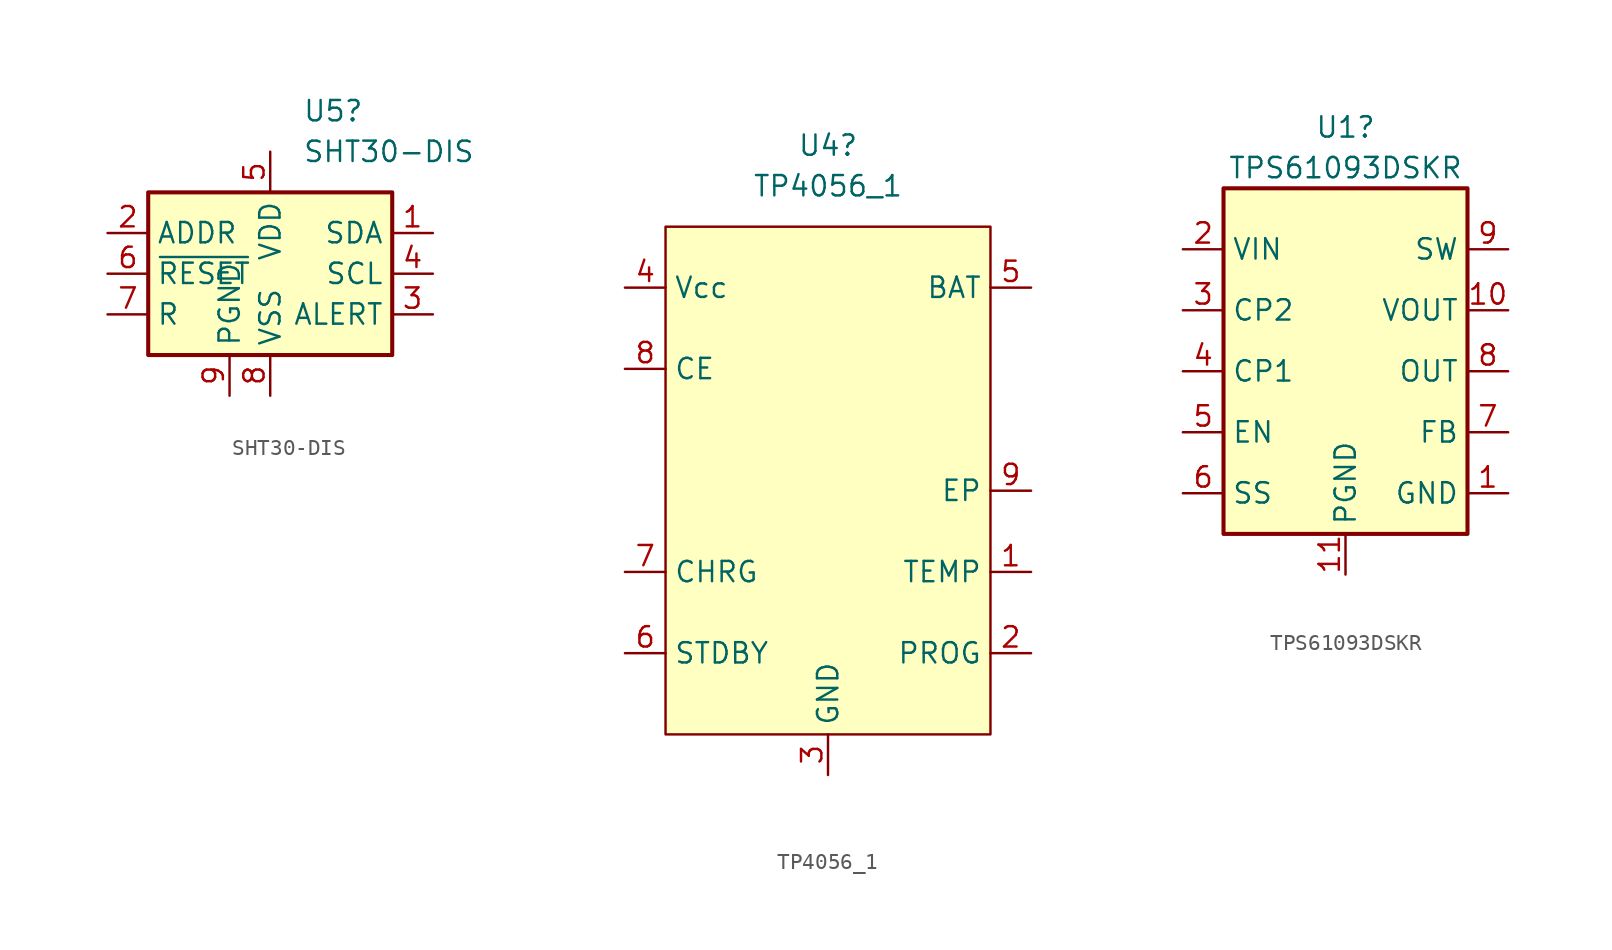
<source format=kicad_sym>
(kicad_symbol_lib
  (version 20211014)
  (generator kicad_symbol_editor)
  (symbol "SHT30-DIS"
    (property "Reference" "U5"
      (at 2.019 10.16 0)
      (effects (font (size 1.27 1.27)) (justify left)))
    (property "Value" "SHT30-DIS"
      (at 2.019 7.62 0)
      (effects (font (size 1.27 1.27)) (justify left)))
    (symbol "SHT30-DIS_0_1"
      (rectangle (start -7.62 5.08) (end 7.62 -5.08) (stroke (width 0.254) (type default) (color 0 0 0 0)) (fill (type background))))
    (symbol "SHT30-DIS_1_1"
      (pin bidirectional line (at 10.16 2.54 180) (length 2.54) (name "SDA" (effects (font (size 1.27 1.27)))) (number "1" (effects (font (size 1.27 1.27)))))
      (pin input line (at -10.16 2.54 0) (length 2.54) (name "ADDR" (effects (font (size 1.27 1.27)))) (number "2" (effects (font (size 1.27 1.27)))))
      (pin output line (at 10.16 -2.54 180) (length 2.54) (name "ALERT" (effects (font (size 1.27 1.27)))) (number "3" (effects (font (size 1.27 1.27)))))
      (pin input line (at 10.16 0 180) (length 2.54) (name "SCL" (effects (font (size 1.27 1.27)))) (number "4" (effects (font (size 1.27 1.27)))))
      (pin power_in line (at 0 7.62 270) (length 2.54) (name "VDD" (effects (font (size 1.27 1.27)))) (number "5" (effects (font (size 1.27 1.27)))))
      (pin input line (at -10.16 0 0) (length 2.54) (name "~{RESET}" (effects (font (size 1.27 1.27)))) (number "6" (effects (font (size 1.27 1.27)))))
      (pin passive line (at -10.16 -2.54 0) (length 2.54) (name "R" (effects (font (size 1.27 1.27)))) (number "7" (effects (font (size 1.27 1.27)))))
      (pin power_in line (at 0 -7.62 90) (length 2.54) (name "VSS" (effects (font (size 1.27 1.27)))) (number "8" (effects (font (size 1.27 1.27)))))
      (pin passive line (at -2.54 -7.62 90) (length 2.54) (name "PGND" (effects (font (size 1.27 1.27)))) (number "9" (effects (font (size 1.27 1.27)))))))
  (symbol "TP4056_1"
    (property "Reference" "U4"
      (at 0 11.43 0)
      (effects (font (size 1.27 1.27))))
    (property "Value" "TP4056_1"
      (at 0 8.89 0)
      (effects (font (size 1.27 1.27))))
    (symbol "TP4056_1_0_1"
      (rectangle (start -10.16 6.35) (end 10.16 -25.4) (stroke (width 0) (type default) (color 0 0 0 0)) (fill (type background))))
    (symbol "TP4056_1_1_1"
      (pin input line (at 12.7 -15.24 180) (length 2.54) (name "TEMP" (effects (font (size 1.27 1.27)))) (number "1" (effects (font (size 1.27 1.27)))))
      (pin input line (at 12.7 -20.32 180) (length 2.54) (name "PROG" (effects (font (size 1.27 1.27)))) (number "2" (effects (font (size 1.27 1.27)))))
      (pin input line (at 0 -27.94 90) (length 2.54) (name "GND" (effects (font (size 1.27 1.27)))) (number "3" (effects (font (size 1.27 1.27)))))
      (pin input line (at -12.7 2.54 0) (length 2.54) (name "Vcc" (effects (font (size 1.27 1.27)))) (number "4" (effects (font (size 1.27 1.27)))))
      (pin input line (at 12.7 2.54 180) (length 2.54) (name "BAT" (effects (font (size 1.27 1.27)))) (number "5" (effects (font (size 1.27 1.27)))))
      (pin input line (at -12.7 -20.32 0) (length 2.54) (name "STDBY" (effects (font (size 1.27 1.27)))) (number "6" (effects (font (size 1.27 1.27)))))
      (pin input line (at -12.7 -15.24 0) (length 2.54) (name "CHRG" (effects (font (size 1.27 1.27)))) (number "7" (effects (font (size 1.27 1.27)))))
      (pin input line (at -12.7 -2.54 0) (length 2.54) (name "CE" (effects (font (size 1.27 1.27)))) (number "8" (effects (font (size 1.27 1.27)))))
      (pin input line (at 12.7 -10.16 180) (length 2.54) (name "EP" (effects (font (size 1.27 1.27)))) (number "9" (effects (font (size 1.27 1.27)))))))
  (symbol "TPS61093DSKR"
    (property "Reference" "U1"
      (at 0 20.32 0)
      (effects (font (size 1.27 1.27))))
    (property "Value" "TPS61093DSKR"
      (at 0 17.78 0)
      (effects (font (size 1.27 1.27))))
    (symbol "TPS61093DSKR_0_1"
      (rectangle (start -7.62 16.51) (end 7.62 -5.08) (stroke (width 0.254) (type default) (color 0 0 0 0)) (fill (type background))))
    (symbol "TPS61093DSKR_1_1"
      (pin power_in line (at 10.16 -2.54 180) (length 2.54) (name "GND" (effects (font (size 1.27 1.27)))) (number "1" (effects (font (size 1.27 1.27)))))
      (pin power_out line (at 10.16 8.89 180) (length 2.54) (name "VOUT" (effects (font (size 1.27 1.27)))) (number "10" (effects (font (size 1.27 1.27)))))
      (pin passive line (at 0 -7.62 90) (length 2.54) (name "PGND" (effects (font (size 1.27 1.27)))) (number "11" (effects (font (size 1.27 1.27)))))
      (pin power_in line (at -10.16 12.7 0) (length 2.54) (name "VIN" (effects (font (size 1.27 1.27)))) (number "2" (effects (font (size 1.27 1.27)))))
      (pin input line (at -10.16 8.89 0) (length 2.54) (name "CP2" (effects (font (size 1.27 1.27)))) (number "3" (effects (font (size 1.27 1.27)))))
      (pin input line (at -10.16 5.08 0) (length 2.54) (name "CP1" (effects (font (size 1.27 1.27)))) (number "4" (effects (font (size 1.27 1.27)))))
      (pin input line (at -10.16 1.27 0) (length 2.54) (name "EN" (effects (font (size 1.27 1.27)))) (number "5" (effects (font (size 1.27 1.27)))))
      (pin passive line (at -10.16 -2.54 0) (length 2.54) (name "SS" (effects (font (size 1.27 1.27)))) (number "6" (effects (font (size 1.27 1.27)))))
      (pin input line (at 10.16 1.27 180) (length 2.54) (name "FB" (effects (font (size 1.27 1.27)))) (number "7" (effects (font (size 1.27 1.27)))))
      (pin output line (at 10.16 5.08 180) (length 2.54) (name "OUT" (effects (font (size 1.27 1.27)))) (number "8" (effects (font (size 1.27 1.27)))))
      (pin power_in line (at 10.16 12.7 180) (length 2.54) (name "SW" (effects (font (size 1.27 1.27)))) (number "9" (effects (font (size 1.27 1.27))))))))
</source>
